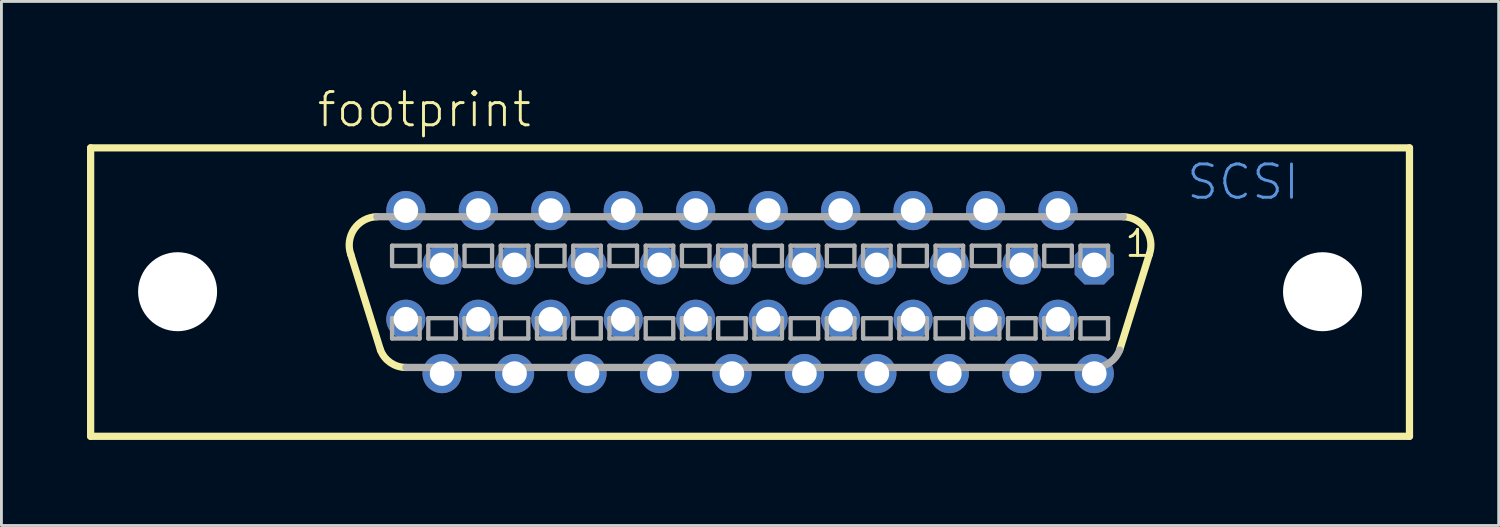
<source format=kicad_pcb>
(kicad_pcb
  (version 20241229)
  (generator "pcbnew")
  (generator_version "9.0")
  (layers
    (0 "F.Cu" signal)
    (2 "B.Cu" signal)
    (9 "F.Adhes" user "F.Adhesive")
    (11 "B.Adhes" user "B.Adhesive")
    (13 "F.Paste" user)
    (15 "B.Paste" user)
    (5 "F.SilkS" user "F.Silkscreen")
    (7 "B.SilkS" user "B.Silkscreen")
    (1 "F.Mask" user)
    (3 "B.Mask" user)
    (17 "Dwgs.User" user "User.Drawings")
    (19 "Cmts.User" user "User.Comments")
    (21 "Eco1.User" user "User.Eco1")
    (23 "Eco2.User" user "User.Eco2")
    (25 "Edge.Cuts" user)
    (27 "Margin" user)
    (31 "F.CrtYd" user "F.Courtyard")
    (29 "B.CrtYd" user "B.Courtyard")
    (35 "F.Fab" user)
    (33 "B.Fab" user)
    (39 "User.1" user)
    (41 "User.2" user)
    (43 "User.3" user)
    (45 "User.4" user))
  (footprint "footprint"
    (layer "F.Cu")
    (at 23.241 7.188)
    (property "Reference" "footprint" (at -15.24 -5.715 0) (layer "F.SilkS") (effects (font (size 1.168 1.168) (thickness 0.102)) (justify left bottom)))
    (fp_line (start -23.114 -5.055) (end 23.114 -5.055) (stroke (width 0.254) (type solid)) (layer "F.SilkS"))
    (fp_line (start -23.114 5.055) (end -23.114 -5.055) (stroke (width 0.254) (type solid)) (layer "F.SilkS"))
    (fp_line (start -12.954 2.032) (end -13.995 -1.321) (stroke (width 0.254) (type solid)) (layer "F.SilkS"))
    (fp_line (start 12.954 2.032) (end 13.995 -1.321) (stroke (width 0.254) (type solid)) (layer "F.SilkS"))
    (fp_line (start 23.114 -5.055) (end 23.114 5.055) (stroke (width 0.254) (type solid)) (layer "F.SilkS"))
    (fp_line (start 23.114 5.055) (end -23.114 5.055) (stroke (width 0.254) (type solid)) (layer "F.SilkS"))
    (fp_arc (start -13.9954 -1.3208) (mid -13.873542 -2.213361) (end -13.080998 -2.641601) (stroke (width 0.254) (type solid)) (layer "F.SilkS"))
    (fp_arc (start -12.064999 2.641601) (mid -12.604028 2.474655) (end -12.954 2.032) (stroke (width 0.254) (type solid)) (layer "F.SilkS"))
    (fp_arc (start 13.081 -2.6416) (mid 13.873543 -2.21336) (end 13.995399 -1.320799) (stroke (width 0.254) (type solid)) (layer "F.SilkS"))
    (fp_line (start -12.548 -1.626) (end -12.548 -0.914) (stroke (width 0.152) (type solid)) (layer "F.Fab"))
    (fp_line (start -12.548 -0.914) (end -11.582 -0.914) (stroke (width 0.152) (type solid)) (layer "F.Fab"))
    (fp_line (start -12.548 0.914) (end -12.548 1.626) (stroke (width 0.152) (type solid)) (layer "F.Fab"))
    (fp_line (start -12.548 1.626) (end -11.582 1.626) (stroke (width 0.152) (type solid)) (layer "F.Fab"))
    (fp_line (start -11.582 -1.626) (end -12.548 -1.626) (stroke (width 0.152) (type solid)) (layer "F.Fab"))
    (fp_line (start -11.582 -0.914) (end -11.582 -1.626) (stroke (width 0.152) (type solid)) (layer "F.Fab"))
    (fp_line (start -11.582 0.914) (end -12.548 0.914) (stroke (width 0.152) (type solid)) (layer "F.Fab"))
    (fp_line (start -11.582 1.626) (end -11.582 0.914) (stroke (width 0.152) (type solid)) (layer "F.Fab"))
    (fp_line (start -11.278 -1.626) (end -11.278 -0.914) (stroke (width 0.152) (type solid)) (layer "F.Fab"))
    (fp_line (start -11.278 -0.914) (end -10.312 -0.914) (stroke (width 0.152) (type solid)) (layer "F.Fab"))
    (fp_line (start -11.278 0.914) (end -11.278 1.626) (stroke (width 0.152) (type solid)) (layer "F.Fab"))
    (fp_line (start -11.278 1.626) (end -10.312 1.626) (stroke (width 0.152) (type solid)) (layer "F.Fab"))
    (fp_line (start -10.312 -1.626) (end -11.278 -1.626) (stroke (width 0.152) (type solid)) (layer "F.Fab"))
    (fp_line (start -10.312 -0.914) (end -10.312 -1.626) (stroke (width 0.152) (type solid)) (layer "F.Fab"))
    (fp_line (start -10.312 0.914) (end -11.278 0.914) (stroke (width 0.152) (type solid)) (layer "F.Fab"))
    (fp_line (start -10.312 1.626) (end -10.312 0.914) (stroke (width 0.152) (type solid)) (layer "F.Fab"))
    (fp_line (start -10.008 -1.626) (end -10.008 -0.914) (stroke (width 0.152) (type solid)) (layer "F.Fab"))
    (fp_line (start -10.008 -0.914) (end -9.042 -0.914) (stroke (width 0.152) (type solid)) (layer "F.Fab"))
    (fp_line (start -10.008 0.914) (end -10.008 1.626) (stroke (width 0.152) (type solid)) (layer "F.Fab"))
    (fp_line (start -10.008 1.626) (end -9.042 1.626) (stroke (width 0.152) (type solid)) (layer "F.Fab"))
    (fp_line (start -9.042 -1.626) (end -10.008 -1.626) (stroke (width 0.152) (type solid)) (layer "F.Fab"))
    (fp_line (start -9.042 -0.914) (end -9.042 -1.626) (stroke (width 0.152) (type solid)) (layer "F.Fab"))
    (fp_line (start -9.042 0.914) (end -10.008 0.914) (stroke (width 0.152) (type solid)) (layer "F.Fab"))
    (fp_line (start -9.042 1.626) (end -9.042 0.914) (stroke (width 0.152) (type solid)) (layer "F.Fab"))
    (fp_line (start -8.738 -1.626) (end -8.738 -0.914) (stroke (width 0.152) (type solid)) (layer "F.Fab"))
    (fp_line (start -8.738 -0.914) (end -7.772 -0.914) (stroke (width 0.152) (type solid)) (layer "F.Fab"))
    (fp_line (start -8.738 0.914) (end -8.738 1.626) (stroke (width 0.152) (type solid)) (layer "F.Fab"))
    (fp_line (start -8.738 1.626) (end -7.772 1.626) (stroke (width 0.152) (type solid)) (layer "F.Fab"))
    (fp_line (start -7.772 -1.626) (end -8.738 -1.626) (stroke (width 0.152) (type solid)) (layer "F.Fab"))
    (fp_line (start -7.772 -0.914) (end -7.772 -1.626) (stroke (width 0.152) (type solid)) (layer "F.Fab"))
    (fp_line (start -7.772 0.914) (end -8.738 0.914) (stroke (width 0.152) (type solid)) (layer "F.Fab"))
    (fp_line (start -7.772 1.626) (end -7.772 0.914) (stroke (width 0.152) (type solid)) (layer "F.Fab"))
    (fp_line (start -7.468 -1.626) (end -7.468 -0.914) (stroke (width 0.152) (type solid)) (layer "F.Fab"))
    (fp_line (start -7.468 -0.914) (end -6.502 -0.914) (stroke (width 0.152) (type solid)) (layer "F.Fab"))
    (fp_line (start -7.468 0.914) (end -7.468 1.626) (stroke (width 0.152) (type solid)) (layer "F.Fab"))
    (fp_line (start -7.468 1.626) (end -6.502 1.626) (stroke (width 0.152) (type solid)) (layer "F.Fab"))
    (fp_line (start -6.502 -1.626) (end -7.468 -1.626) (stroke (width 0.152) (type solid)) (layer "F.Fab"))
    (fp_line (start -6.502 -0.914) (end -6.502 -1.626) (stroke (width 0.152) (type solid)) (layer "F.Fab"))
    (fp_line (start -6.502 0.914) (end -7.468 0.914) (stroke (width 0.152) (type solid)) (layer "F.Fab"))
    (fp_line (start -6.502 1.626) (end -6.502 0.914) (stroke (width 0.152) (type solid)) (layer "F.Fab"))
    (fp_line (start -6.198 -1.626) (end -6.198 -0.914) (stroke (width 0.152) (type solid)) (layer "F.Fab"))
    (fp_line (start -6.198 -0.914) (end -5.232 -0.914) (stroke (width 0.152) (type solid)) (layer "F.Fab"))
    (fp_line (start -6.198 0.914) (end -6.198 1.626) (stroke (width 0.152) (type solid)) (layer "F.Fab"))
    (fp_line (start -6.198 1.626) (end -5.232 1.626) (stroke (width 0.152) (type solid)) (layer "F.Fab"))
    (fp_line (start -5.232 -1.626) (end -6.198 -1.626) (stroke (width 0.152) (type solid)) (layer "F.Fab"))
    (fp_line (start -5.232 -0.914) (end -5.232 -1.626) (stroke (width 0.152) (type solid)) (layer "F.Fab"))
    (fp_line (start -5.232 0.914) (end -6.198 0.914) (stroke (width 0.152) (type solid)) (layer "F.Fab"))
    (fp_line (start -5.232 1.626) (end -5.232 0.914) (stroke (width 0.152) (type solid)) (layer "F.Fab"))
    (fp_line (start -4.928 -1.626) (end -4.928 -0.914) (stroke (width 0.152) (type solid)) (layer "F.Fab"))
    (fp_line (start -4.928 -0.914) (end -3.962 -0.914) (stroke (width 0.152) (type solid)) (layer "F.Fab"))
    (fp_line (start -4.928 0.914) (end -4.928 1.626) (stroke (width 0.152) (type solid)) (layer "F.Fab"))
    (fp_line (start -4.928 1.626) (end -3.962 1.626) (stroke (width 0.152) (type solid)) (layer "F.Fab"))
    (fp_line (start -3.962 -1.626) (end -4.928 -1.626) (stroke (width 0.152) (type solid)) (layer "F.Fab"))
    (fp_line (start -3.962 -0.914) (end -3.962 -1.626) (stroke (width 0.152) (type solid)) (layer "F.Fab"))
    (fp_line (start -3.962 0.914) (end -4.928 0.914) (stroke (width 0.152) (type solid)) (layer "F.Fab"))
    (fp_line (start -3.962 1.626) (end -3.962 0.914) (stroke (width 0.152) (type solid)) (layer "F.Fab"))
    (fp_line (start -3.658 -1.626) (end -3.658 -0.914) (stroke (width 0.152) (type solid)) (layer "F.Fab"))
    (fp_line (start -3.658 -0.914) (end -2.692 -0.914) (stroke (width 0.152) (type solid)) (layer "F.Fab"))
    (fp_line (start -3.658 0.914) (end -3.658 1.626) (stroke (width 0.152) (type solid)) (layer "F.Fab"))
    (fp_line (start -3.658 1.626) (end -2.692 1.626) (stroke (width 0.152) (type solid)) (layer "F.Fab"))
    (fp_line (start -2.692 -1.626) (end -3.658 -1.626) (stroke (width 0.152) (type solid)) (layer "F.Fab"))
    (fp_line (start -2.692 -0.914) (end -2.692 -1.626) (stroke (width 0.152) (type solid)) (layer "F.Fab"))
    (fp_line (start -2.692 0.914) (end -3.658 0.914) (stroke (width 0.152) (type solid)) (layer "F.Fab"))
    (fp_line (start -2.692 1.626) (end -2.692 0.914) (stroke (width 0.152) (type solid)) (layer "F.Fab"))
    (fp_line (start -2.388 -1.626) (end -2.388 -0.914) (stroke (width 0.152) (type solid)) (layer "F.Fab"))
    (fp_line (start -2.388 -0.914) (end -1.422 -0.914) (stroke (width 0.152) (type solid)) (layer "F.Fab"))
    (fp_line (start -2.388 0.914) (end -2.388 1.626) (stroke (width 0.152) (type solid)) (layer "F.Fab"))
    (fp_line (start -2.388 1.626) (end -1.422 1.626) (stroke (width 0.152) (type solid)) (layer "F.Fab"))
    (fp_line (start -1.422 -1.626) (end -2.388 -1.626) (stroke (width 0.152) (type solid)) (layer "F.Fab"))
    (fp_line (start -1.422 -0.914) (end -1.422 -1.626) (stroke (width 0.152) (type solid)) (layer "F.Fab"))
    (fp_line (start -1.422 0.914) (end -2.388 0.914) (stroke (width 0.152) (type solid)) (layer "F.Fab"))
    (fp_line (start -1.422 1.626) (end -1.422 0.914) (stroke (width 0.152) (type solid)) (layer "F.Fab"))
    (fp_line (start -1.118 -1.626) (end -1.118 -0.914) (stroke (width 0.152) (type solid)) (layer "F.Fab"))
    (fp_line (start -1.118 -0.914) (end -0.152 -0.914) (stroke (width 0.152) (type solid)) (layer "F.Fab"))
    (fp_line (start -1.118 0.914) (end -1.118 1.626) (stroke (width 0.152) (type solid)) (layer "F.Fab"))
    (fp_line (start -1.118 1.626) (end -0.152 1.626) (stroke (width 0.152) (type solid)) (layer "F.Fab"))
    (fp_line (start -0.152 -1.626) (end -1.118 -1.626) (stroke (width 0.152) (type solid)) (layer "F.Fab"))
    (fp_line (start -0.152 -0.914) (end -0.152 -1.626) (stroke (width 0.152) (type solid)) (layer "F.Fab"))
    (fp_line (start -0.152 0.914) (end -1.118 0.914) (stroke (width 0.152) (type solid)) (layer "F.Fab"))
    (fp_line (start -0.152 1.626) (end -0.152 0.914) (stroke (width 0.152) (type solid)) (layer "F.Fab"))
    (fp_line (start 0.152 -1.626) (end 0.152 -0.914) (stroke (width 0.152) (type solid)) (layer "F.Fab"))
    (fp_line (start 0.152 -0.914) (end 1.118 -0.914) (stroke (width 0.152) (type solid)) (layer "F.Fab"))
    (fp_line (start 0.152 0.914) (end 0.152 1.626) (stroke (width 0.152) (type solid)) (layer "F.Fab"))
    (fp_line (start 0.152 1.626) (end 1.118 1.626) (stroke (width 0.152) (type solid)) (layer "F.Fab"))
    (fp_line (start 1.118 -1.626) (end 0.152 -1.626) (stroke (width 0.152) (type solid)) (layer "F.Fab"))
    (fp_line (start 1.118 -0.914) (end 1.118 -1.626) (stroke (width 0.152) (type solid)) (layer "F.Fab"))
    (fp_line (start 1.118 0.914) (end 0.152 0.914) (stroke (width 0.152) (type solid)) (layer "F.Fab"))
    (fp_line (start 1.118 1.626) (end 1.118 0.914) (stroke (width 0.152) (type solid)) (layer "F.Fab"))
    (fp_line (start 1.422 -1.626) (end 1.422 -0.914) (stroke (width 0.152) (type solid)) (layer "F.Fab"))
    (fp_line (start 1.422 -0.914) (end 2.388 -0.914) (stroke (width 0.152) (type solid)) (layer "F.Fab"))
    (fp_line (start 1.422 0.914) (end 1.422 1.626) (stroke (width 0.152) (type solid)) (layer "F.Fab"))
    (fp_line (start 1.422 1.626) (end 2.388 1.626) (stroke (width 0.152) (type solid)) (layer "F.Fab"))
    (fp_line (start 2.388 -1.626) (end 1.422 -1.626) (stroke (width 0.152) (type solid)) (layer "F.Fab"))
    (fp_line (start 2.388 -0.914) (end 2.388 -1.626) (stroke (width 0.152) (type solid)) (layer "F.Fab"))
    (fp_line (start 2.388 0.914) (end 1.422 0.914) (stroke (width 0.152) (type solid)) (layer "F.Fab"))
    (fp_line (start 2.388 1.626) (end 2.388 0.914) (stroke (width 0.152) (type solid)) (layer "F.Fab"))
    (fp_line (start 2.692 -1.626) (end 2.692 -0.914) (stroke (width 0.152) (type solid)) (layer "F.Fab"))
    (fp_line (start 2.692 -0.914) (end 3.658 -0.914) (stroke (width 0.152) (type solid)) (layer "F.Fab"))
    (fp_line (start 2.692 0.914) (end 2.692 1.626) (stroke (width 0.152) (type solid)) (layer "F.Fab"))
    (fp_line (start 2.692 1.626) (end 3.658 1.626) (stroke (width 0.152) (type solid)) (layer "F.Fab"))
    (fp_line (start 3.658 -1.626) (end 2.692 -1.626) (stroke (width 0.152) (type solid)) (layer "F.Fab"))
    (fp_line (start 3.658 -0.914) (end 3.658 -1.626) (stroke (width 0.152) (type solid)) (layer "F.Fab"))
    (fp_line (start 3.658 0.914) (end 2.692 0.914) (stroke (width 0.152) (type solid)) (layer "F.Fab"))
    (fp_line (start 3.658 1.626) (end 3.658 0.914) (stroke (width 0.152) (type solid)) (layer "F.Fab"))
    (fp_line (start 3.962 -1.626) (end 3.962 -0.914) (stroke (width 0.152) (type solid)) (layer "F.Fab"))
    (fp_line (start 3.962 -0.914) (end 4.928 -0.914) (stroke (width 0.152) (type solid)) (layer "F.Fab"))
    (fp_line (start 3.962 0.914) (end 3.962 1.626) (stroke (width 0.152) (type solid)) (layer "F.Fab"))
    (fp_line (start 3.962 1.626) (end 4.928 1.626) (stroke (width 0.152) (type solid)) (layer "F.Fab"))
    (fp_line (start 4.928 -1.626) (end 3.962 -1.626) (stroke (width 0.152) (type solid)) (layer "F.Fab"))
    (fp_line (start 4.928 -0.914) (end 4.928 -1.626) (stroke (width 0.152) (type solid)) (layer "F.Fab"))
    (fp_line (start 4.928 0.914) (end 3.962 0.914) (stroke (width 0.152) (type solid)) (layer "F.Fab"))
    (fp_line (start 4.928 1.626) (end 4.928 0.914) (stroke (width 0.152) (type solid)) (layer "F.Fab"))
    (fp_line (start 5.232 -1.626) (end 5.232 -0.914) (stroke (width 0.152) (type solid)) (layer "F.Fab"))
    (fp_line (start 5.232 -0.914) (end 6.198 -0.914) (stroke (width 0.152) (type solid)) (layer "F.Fab"))
    (fp_line (start 5.232 0.914) (end 5.232 1.626) (stroke (width 0.152) (type solid)) (layer "F.Fab"))
    (fp_line (start 5.232 1.626) (end 6.198 1.626) (stroke (width 0.152) (type solid)) (layer "F.Fab"))
    (fp_line (start 6.198 -1.626) (end 5.232 -1.626) (stroke (width 0.152) (type solid)) (layer "F.Fab"))
    (fp_line (start 6.198 -0.914) (end 6.198 -1.626) (stroke (width 0.152) (type solid)) (layer "F.Fab"))
    (fp_line (start 6.198 0.914) (end 5.232 0.914) (stroke (width 0.152) (type solid)) (layer "F.Fab"))
    (fp_line (start 6.198 1.626) (end 6.198 0.914) (stroke (width 0.152) (type solid)) (layer "F.Fab"))
    (fp_line (start 6.502 -1.626) (end 6.502 -0.914) (stroke (width 0.152) (type solid)) (layer "F.Fab"))
    (fp_line (start 6.502 -0.914) (end 7.468 -0.914) (stroke (width 0.152) (type solid)) (layer "F.Fab"))
    (fp_line (start 6.502 0.914) (end 6.502 1.626) (stroke (width 0.152) (type solid)) (layer "F.Fab"))
    (fp_line (start 6.502 1.626) (end 7.468 1.626) (stroke (width 0.152) (type solid)) (layer "F.Fab"))
    (fp_line (start 7.468 -1.626) (end 6.502 -1.626) (stroke (width 0.152) (type solid)) (layer "F.Fab"))
    (fp_line (start 7.468 -0.914) (end 7.468 -1.626) (stroke (width 0.152) (type solid)) (layer "F.Fab"))
    (fp_line (start 7.468 0.914) (end 6.502 0.914) (stroke (width 0.152) (type solid)) (layer "F.Fab"))
    (fp_line (start 7.468 1.626) (end 7.468 0.914) (stroke (width 0.152) (type solid)) (layer "F.Fab"))
    (fp_line (start 7.772 -1.626) (end 7.772 -0.914) (stroke (width 0.152) (type solid)) (layer "F.Fab"))
    (fp_line (start 7.772 -0.914) (end 8.738 -0.914) (stroke (width 0.152) (type solid)) (layer "F.Fab"))
    (fp_line (start 7.772 0.914) (end 7.772 1.626) (stroke (width 0.152) (type solid)) (layer "F.Fab"))
    (fp_line (start 7.772 1.626) (end 8.738 1.626) (stroke (width 0.152) (type solid)) (layer "F.Fab"))
    (fp_line (start 8.738 -1.626) (end 7.772 -1.626) (stroke (width 0.152) (type solid)) (layer "F.Fab"))
    (fp_line (start 8.738 -0.914) (end 8.738 -1.626) (stroke (width 0.152) (type solid)) (layer "F.Fab"))
    (fp_line (start 8.738 0.914) (end 7.772 0.914) (stroke (width 0.152) (type solid)) (layer "F.Fab"))
    (fp_line (start 8.738 1.626) (end 8.738 0.914) (stroke (width 0.152) (type solid)) (layer "F.Fab"))
    (fp_line (start 9.042 -1.626) (end 9.042 -0.914) (stroke (width 0.152) (type solid)) (layer "F.Fab"))
    (fp_line (start 9.042 -0.914) (end 10.008 -0.914) (stroke (width 0.152) (type solid)) (layer "F.Fab"))
    (fp_line (start 9.042 0.914) (end 9.042 1.626) (stroke (width 0.152) (type solid)) (layer "F.Fab"))
    (fp_line (start 9.042 1.626) (end 10.008 1.626) (stroke (width 0.152) (type solid)) (layer "F.Fab"))
    (fp_line (start 10.008 -1.626) (end 9.042 -1.626) (stroke (width 0.152) (type solid)) (layer "F.Fab"))
    (fp_line (start 10.008 -0.914) (end 10.008 -1.626) (stroke (width 0.152) (type solid)) (layer "F.Fab"))
    (fp_line (start 10.008 0.914) (end 9.042 0.914) (stroke (width 0.152) (type solid)) (layer "F.Fab"))
    (fp_line (start 10.008 1.626) (end 10.008 0.914) (stroke (width 0.152) (type solid)) (layer "F.Fab"))
    (fp_line (start 10.312 -1.626) (end 10.312 -0.914) (stroke (width 0.152) (type solid)) (layer "F.Fab"))
    (fp_line (start 10.312 -0.914) (end 11.278 -0.914) (stroke (width 0.152) (type solid)) (layer "F.Fab"))
    (fp_line (start 10.312 0.914) (end 10.312 1.626) (stroke (width 0.152) (type solid)) (layer "F.Fab"))
    (fp_line (start 10.312 1.626) (end 11.278 1.626) (stroke (width 0.152) (type solid)) (layer "F.Fab"))
    (fp_line (start 11.278 -1.626) (end 10.312 -1.626) (stroke (width 0.152) (type solid)) (layer "F.Fab"))
    (fp_line (start 11.278 -0.914) (end 11.278 -1.626) (stroke (width 0.152) (type solid)) (layer "F.Fab"))
    (fp_line (start 11.278 0.914) (end 10.312 0.914) (stroke (width 0.152) (type solid)) (layer "F.Fab"))
    (fp_line (start 11.278 1.626) (end 11.278 0.914) (stroke (width 0.152) (type solid)) (layer "F.Fab"))
    (fp_line (start 11.582 -1.626) (end 11.582 -0.914) (stroke (width 0.152) (type solid)) (layer "F.Fab"))
    (fp_line (start 11.582 -0.914) (end 12.548 -0.914) (stroke (width 0.152) (type solid)) (layer "F.Fab"))
    (fp_line (start 11.582 0.914) (end 11.582 1.626) (stroke (width 0.152) (type solid)) (layer "F.Fab"))
    (fp_line (start 11.582 1.626) (end 12.548 1.626) (stroke (width 0.152) (type solid)) (layer "F.Fab"))
    (fp_line (start 12.065 2.642) (end -12.065 2.642) (stroke (width 0.254) (type solid)) (layer "F.Fab"))
    (fp_line (start 12.548 -1.626) (end 11.582 -1.626) (stroke (width 0.152) (type solid)) (layer "F.Fab"))
    (fp_line (start 12.548 -0.914) (end 12.548 -1.626) (stroke (width 0.152) (type solid)) (layer "F.Fab"))
    (fp_line (start 12.548 0.914) (end 11.582 0.914) (stroke (width 0.152) (type solid)) (layer "F.Fab"))
    (fp_line (start 12.548 1.626) (end 12.548 0.914) (stroke (width 0.152) (type solid)) (layer "F.Fab"))
    (fp_line (start 13.081 -2.642) (end -13.081 -2.642) (stroke (width 0.254) (type solid)) (layer "F.Fab"))
    (fp_arc (start 12.953999 2.031999) (mid 12.604028 2.474653) (end 12.065 2.6416) (stroke (width 0.254) (type solid)) (layer "F.Fab"))
    (fp_text user "1" (at 13.081 -1.168 0) (layer "F.SilkS") (effects (font (size 0.914 0.914) (thickness 0.102)) (justify left bottom)))
    (fp_text user "SCSI" (at 15.24 -3.175 0) (layer "Cmts.User") (effects (font (size 1.168 1.168) (thickness 0.102)) (justify left bottom)))
    (pad "" np_thru_hole circle (at -20.066 -0.013) (size 2.769 2.769) (drill 2.769) (layers "*.Cu" "*.Mask"))
    (pad "" np_thru_hole circle (at 20.066 -0.013) (size 2.769 2.769) (drill 2.769) (layers "*.Cu" "*.Mask"))
    (pad "1" thru_hole roundrect (at 12.065 -0.953) (size 1.372 1.372) (drill 0.864) (layers "*.Cu" "*.Mask") (roundrect_rratio 0.25) (chamfer_ratio 0.25) (chamfer top_left top_right bottom_left bottom_right))
    (pad "2" thru_hole circle (at 10.795 -2.857) (size 1.372 1.372) (drill 0.864) (layers "*.Cu" "*.Mask"))
    (pad "3" thru_hole circle (at 9.525 -0.953) (size 1.372 1.372) (drill 0.864) (layers "*.Cu" "*.Mask"))
    (pad "4" thru_hole circle (at 8.255 -2.857) (size 1.372 1.372) (drill 0.864) (layers "*.Cu" "*.Mask"))
    (pad "5" thru_hole circle (at 6.985 -0.953) (size 1.372 1.372) (drill 0.864) (layers "*.Cu" "*.Mask"))
    (pad "6" thru_hole circle (at 5.715 -2.857) (size 1.372 1.372) (drill 0.864) (layers "*.Cu" "*.Mask"))
    (pad "7" thru_hole circle (at 4.445 -0.953) (size 1.372 1.372) (drill 0.864) (layers "*.Cu" "*.Mask"))
    (pad "8" thru_hole circle (at 3.175 -2.857) (size 1.372 1.372) (drill 0.864) (layers "*.Cu" "*.Mask"))
    (pad "9" thru_hole circle (at 1.905 -0.953) (size 1.372 1.372) (drill 0.864) (layers "*.Cu" "*.Mask"))
    (pad "10" thru_hole circle (at 0.635 -2.857) (size 1.372 1.372) (drill 0.864) (layers "*.Cu" "*.Mask"))
    (pad "11" thru_hole circle (at -0.635 -0.953) (size 1.372 1.372) (drill 0.864) (layers "*.Cu" "*.Mask"))
    (pad "12" thru_hole circle (at -1.905 -2.857) (size 1.372 1.372) (drill 0.864) (layers "*.Cu" "*.Mask"))
    (pad "13" thru_hole circle (at -3.175 -0.953) (size 1.372 1.372) (drill 0.864) (layers "*.Cu" "*.Mask"))
    (pad "14" thru_hole circle (at -4.445 -2.857) (size 1.372 1.372) (drill 0.864) (layers "*.Cu" "*.Mask"))
    (pad "15" thru_hole circle (at -5.715 -0.953) (size 1.372 1.372) (drill 0.864) (layers "*.Cu" "*.Mask"))
    (pad "16" thru_hole circle (at -6.985 -2.857) (size 1.372 1.372) (drill 0.864) (layers "*.Cu" "*.Mask"))
    (pad "17" thru_hole circle (at -8.255 -0.953) (size 1.372 1.372) (drill 0.864) (layers "*.Cu" "*.Mask"))
    (pad "18" thru_hole circle (at -9.525 -2.857) (size 1.372 1.372) (drill 0.864) (layers "*.Cu" "*.Mask"))
    (pad "19" thru_hole circle (at -10.795 -0.953) (size 1.372 1.372) (drill 0.864) (layers "*.Cu" "*.Mask"))
    (pad "20" thru_hole circle (at -12.065 -2.857) (size 1.372 1.372) (drill 0.864) (layers "*.Cu" "*.Mask"))
    (pad "21" thru_hole circle (at 12.065 2.857) (size 1.372 1.372) (drill 0.864) (layers "*.Cu" "*.Mask"))
    (pad "22" thru_hole circle (at 10.795 0.953) (size 1.372 1.372) (drill 0.864) (layers "*.Cu" "*.Mask"))
    (pad "23" thru_hole circle (at 9.525 2.857) (size 1.372 1.372) (drill 0.864) (layers "*.Cu" "*.Mask"))
    (pad "24" thru_hole circle (at 8.255 0.953) (size 1.372 1.372) (drill 0.864) (layers "*.Cu" "*.Mask"))
    (pad "25" thru_hole circle (at 6.985 2.857) (size 1.372 1.372) (drill 0.864) (layers "*.Cu" "*.Mask"))
    (pad "26" thru_hole circle (at 5.715 0.953) (size 1.372 1.372) (drill 0.864) (layers "*.Cu" "*.Mask"))
    (pad "27" thru_hole circle (at 4.445 2.857) (size 1.372 1.372) (drill 0.864) (layers "*.Cu" "*.Mask"))
    (pad "28" thru_hole circle (at 3.175 0.953) (size 1.372 1.372) (drill 0.864) (layers "*.Cu" "*.Mask"))
    (pad "29" thru_hole circle (at 1.905 2.857) (size 1.372 1.372) (drill 0.864) (layers "*.Cu" "*.Mask"))
    (pad "30" thru_hole circle (at 0.635 0.953) (size 1.372 1.372) (drill 0.864) (layers "*.Cu" "*.Mask"))
    (pad "31" thru_hole circle (at -0.635 2.857) (size 1.372 1.372) (drill 0.864) (layers "*.Cu" "*.Mask"))
    (pad "32" thru_hole circle (at -1.905 0.953) (size 1.372 1.372) (drill 0.864) (layers "*.Cu" "*.Mask"))
    (pad "33" thru_hole circle (at -3.175 2.857) (size 1.372 1.372) (drill 0.864) (layers "*.Cu" "*.Mask"))
    (pad "34" thru_hole circle (at -4.445 0.953) (size 1.372 1.372) (drill 0.864) (layers "*.Cu" "*.Mask"))
    (pad "35" thru_hole circle (at -5.715 2.857) (size 1.372 1.372) (drill 0.864) (layers "*.Cu" "*.Mask"))
    (pad "36" thru_hole circle (at -6.985 0.953) (size 1.372 1.372) (drill 0.864) (layers "*.Cu" "*.Mask"))
    (pad "37" thru_hole circle (at -8.255 2.857) (size 1.372 1.372) (drill 0.864) (layers "*.Cu" "*.Mask"))
    (pad "38" thru_hole circle (at -9.525 0.953) (size 1.372 1.372) (drill 0.864) (layers "*.Cu" "*.Mask"))
    (pad "39" thru_hole circle (at -10.795 2.857) (size 1.372 1.372) (drill 0.864) (layers "*.Cu" "*.Mask"))
    (pad "40" thru_hole circle (at -12.065 0.953) (size 1.372 1.372) (drill 0.864) (layers "*.Cu" "*.Mask")))
  (gr_rect
    (start -3 -3)
    (end 49.482 15.37)
    (stroke (width 0.1) (type default))
    (fill no)
    (layer "Edge.Cuts")))
</source>
